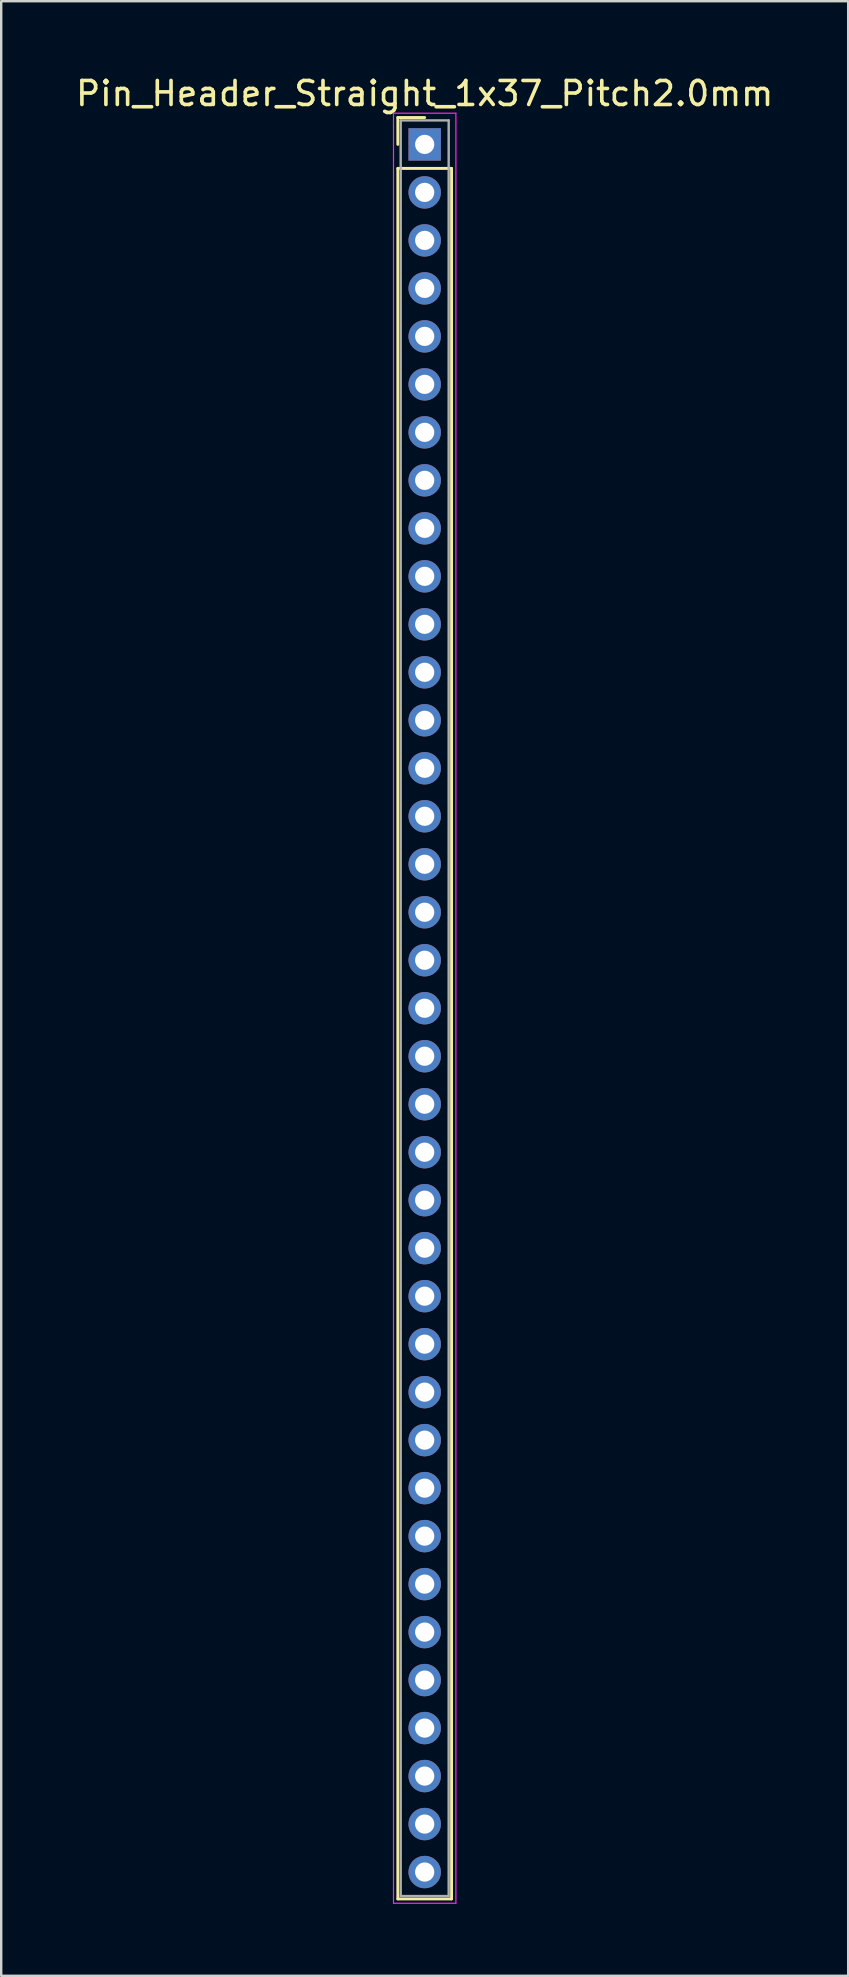
<source format=kicad_pcb>
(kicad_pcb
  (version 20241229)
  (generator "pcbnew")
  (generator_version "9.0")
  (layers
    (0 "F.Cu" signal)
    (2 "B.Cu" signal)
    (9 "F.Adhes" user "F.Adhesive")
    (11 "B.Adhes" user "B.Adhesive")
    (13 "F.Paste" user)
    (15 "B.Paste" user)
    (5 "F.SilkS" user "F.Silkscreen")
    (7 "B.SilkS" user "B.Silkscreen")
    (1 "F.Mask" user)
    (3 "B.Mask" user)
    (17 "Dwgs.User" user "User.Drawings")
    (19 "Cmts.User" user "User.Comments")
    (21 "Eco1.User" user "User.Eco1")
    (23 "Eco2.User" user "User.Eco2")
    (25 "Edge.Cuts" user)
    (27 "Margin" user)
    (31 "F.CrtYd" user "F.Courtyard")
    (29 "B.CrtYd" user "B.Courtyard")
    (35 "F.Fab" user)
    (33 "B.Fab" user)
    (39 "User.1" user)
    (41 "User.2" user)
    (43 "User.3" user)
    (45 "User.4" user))
  (footprint "Pin_Header_Straight_1x37_Pitch2.0mm"
    (layer "F.Cu")
    (at 14.649 2.968)
    (property "Reference" "Pin_Header_Straight_1x37_Pitch2.0mm" (at 0 -2.12 0) (layer "F.SilkS") (effects (font (size 1 1) (thickness 0.15))))
    (attr through_hole)
    (fp_line (start -1.12 -1.12) (end 0 -1.12) (stroke (width 0.12) (type solid)) (layer "F.SilkS"))
    (fp_line (start -1.12 0) (end -1.12 -1.12) (stroke (width 0.12) (type solid)) (layer "F.SilkS"))
    (fp_line (start -1.12 1) (end -1.12 73.12) (stroke (width 0.12) (type solid)) (layer "F.SilkS"))
    (fp_line (start -1.12 73.12) (end 1.12 73.12) (stroke (width 0.12) (type solid)) (layer "F.SilkS"))
    (fp_line (start 1.12 1) (end -1.12 1) (stroke (width 0.12) (type solid)) (layer "F.SilkS"))
    (fp_line (start 1.12 73.12) (end 1.12 1) (stroke (width 0.12) (type solid)) (layer "F.SilkS"))
    (fp_line (start -1.3 -1.3) (end -1.3 73.3) (stroke (width 0.05) (type solid)) (layer "F.CrtYd"))
    (fp_line (start -1.3 73.3) (end 1.3 73.3) (stroke (width 0.05) (type solid)) (layer "F.CrtYd"))
    (fp_line (start 1.3 -1.3) (end -1.3 -1.3) (stroke (width 0.05) (type solid)) (layer "F.CrtYd"))
    (fp_line (start 1.3 73.3) (end 1.3 -1.3) (stroke (width 0.05) (type solid)) (layer "F.CrtYd"))
    (fp_line (start -1 -1) (end -1 73) (stroke (width 0.1) (type solid)) (layer "F.Fab"))
    (fp_line (start -1 73) (end 1 73) (stroke (width 0.1) (type solid)) (layer "F.Fab"))
    (fp_line (start 1 -1) (end -1 -1) (stroke (width 0.1) (type solid)) (layer "F.Fab"))
    (fp_line (start 1 73) (end 1 -1) (stroke (width 0.1) (type solid)) (layer "F.Fab"))
    (pad "1" thru_hole rect (at 0 0) (size 1.35 1.35) (drill 0.8) (layers "*.Cu" "*.Mask"))
    (pad "2" thru_hole oval (at 0 2) (size 1.35 1.35) (drill 0.8) (layers "*.Cu" "*.Mask"))
    (pad "3" thru_hole oval (at 0 4) (size 1.35 1.35) (drill 0.8) (layers "*.Cu" "*.Mask"))
    (pad "4" thru_hole oval (at 0 6) (size 1.35 1.35) (drill 0.8) (layers "*.Cu" "*.Mask"))
    (pad "5" thru_hole oval (at 0 8) (size 1.35 1.35) (drill 0.8) (layers "*.Cu" "*.Mask"))
    (pad "6" thru_hole oval (at 0 10) (size 1.35 1.35) (drill 0.8) (layers "*.Cu" "*.Mask"))
    (pad "7" thru_hole oval (at 0 12) (size 1.35 1.35) (drill 0.8) (layers "*.Cu" "*.Mask"))
    (pad "8" thru_hole oval (at 0 14) (size 1.35 1.35) (drill 0.8) (layers "*.Cu" "*.Mask"))
    (pad "9" thru_hole oval (at 0 16) (size 1.35 1.35) (drill 0.8) (layers "*.Cu" "*.Mask"))
    (pad "10" thru_hole oval (at 0 18) (size 1.35 1.35) (drill 0.8) (layers "*.Cu" "*.Mask"))
    (pad "11" thru_hole oval (at 0 20) (size 1.35 1.35) (drill 0.8) (layers "*.Cu" "*.Mask"))
    (pad "12" thru_hole oval (at 0 22) (size 1.35 1.35) (drill 0.8) (layers "*.Cu" "*.Mask"))
    (pad "13" thru_hole oval (at 0 24) (size 1.35 1.35) (drill 0.8) (layers "*.Cu" "*.Mask"))
    (pad "14" thru_hole oval (at 0 26) (size 1.35 1.35) (drill 0.8) (layers "*.Cu" "*.Mask"))
    (pad "15" thru_hole oval (at 0 28) (size 1.35 1.35) (drill 0.8) (layers "*.Cu" "*.Mask"))
    (pad "16" thru_hole oval (at 0 30) (size 1.35 1.35) (drill 0.8) (layers "*.Cu" "*.Mask"))
    (pad "17" thru_hole oval (at 0 32) (size 1.35 1.35) (drill 0.8) (layers "*.Cu" "*.Mask"))
    (pad "18" thru_hole oval (at 0 34) (size 1.35 1.35) (drill 0.8) (layers "*.Cu" "*.Mask"))
    (pad "19" thru_hole oval (at 0 36) (size 1.35 1.35) (drill 0.8) (layers "*.Cu" "*.Mask"))
    (pad "20" thru_hole oval (at 0 38) (size 1.35 1.35) (drill 0.8) (layers "*.Cu" "*.Mask"))
    (pad "21" thru_hole oval (at 0 40) (size 1.35 1.35) (drill 0.8) (layers "*.Cu" "*.Mask"))
    (pad "22" thru_hole oval (at 0 42) (size 1.35 1.35) (drill 0.8) (layers "*.Cu" "*.Mask"))
    (pad "23" thru_hole oval (at 0 44) (size 1.35 1.35) (drill 0.8) (layers "*.Cu" "*.Mask"))
    (pad "24" thru_hole oval (at 0 46) (size 1.35 1.35) (drill 0.8) (layers "*.Cu" "*.Mask"))
    (pad "25" thru_hole oval (at 0 48) (size 1.35 1.35) (drill 0.8) (layers "*.Cu" "*.Mask"))
    (pad "26" thru_hole oval (at 0 50) (size 1.35 1.35) (drill 0.8) (layers "*.Cu" "*.Mask"))
    (pad "27" thru_hole oval (at 0 52) (size 1.35 1.35) (drill 0.8) (layers "*.Cu" "*.Mask"))
    (pad "28" thru_hole oval (at 0 54) (size 1.35 1.35) (drill 0.8) (layers "*.Cu" "*.Mask"))
    (pad "29" thru_hole oval (at 0 56) (size 1.35 1.35) (drill 0.8) (layers "*.Cu" "*.Mask"))
    (pad "30" thru_hole oval (at 0 58) (size 1.35 1.35) (drill 0.8) (layers "*.Cu" "*.Mask"))
    (pad "31" thru_hole oval (at 0 60) (size 1.35 1.35) (drill 0.8) (layers "*.Cu" "*.Mask"))
    (pad "32" thru_hole oval (at 0 62) (size 1.35 1.35) (drill 0.8) (layers "*.Cu" "*.Mask"))
    (pad "33" thru_hole oval (at 0 64) (size 1.35 1.35) (drill 0.8) (layers "*.Cu" "*.Mask"))
    (pad "34" thru_hole oval (at 0 66) (size 1.35 1.35) (drill 0.8) (layers "*.Cu" "*.Mask"))
    (pad "35" thru_hole oval (at 0 68) (size 1.35 1.35) (drill 0.8) (layers "*.Cu" "*.Mask"))
    (pad "36" thru_hole oval (at 0 70) (size 1.35 1.35) (drill 0.8) (layers "*.Cu" "*.Mask"))
    (pad "37" thru_hole oval (at 0 72) (size 1.35 1.35) (drill 0.8) (layers "*.Cu" "*.Mask")))
  (gr_rect
    (start -3 -3)
    (end 32.298 79.293)
    (stroke (width 0.1) (type default))
    (fill no)
    (layer "Edge.Cuts")))
</source>
